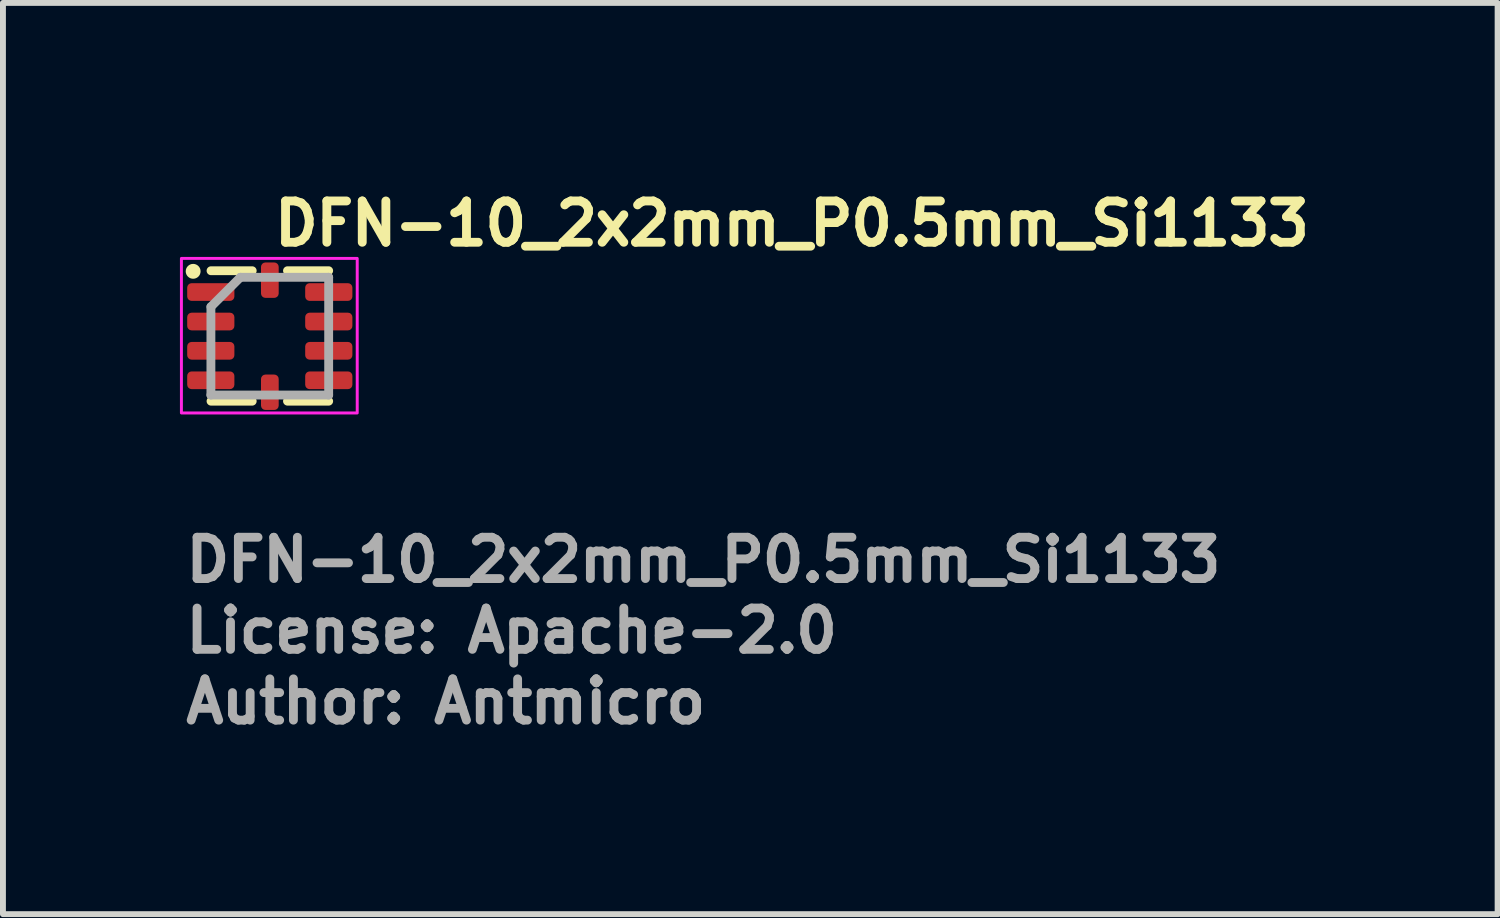
<source format=kicad_pcb>
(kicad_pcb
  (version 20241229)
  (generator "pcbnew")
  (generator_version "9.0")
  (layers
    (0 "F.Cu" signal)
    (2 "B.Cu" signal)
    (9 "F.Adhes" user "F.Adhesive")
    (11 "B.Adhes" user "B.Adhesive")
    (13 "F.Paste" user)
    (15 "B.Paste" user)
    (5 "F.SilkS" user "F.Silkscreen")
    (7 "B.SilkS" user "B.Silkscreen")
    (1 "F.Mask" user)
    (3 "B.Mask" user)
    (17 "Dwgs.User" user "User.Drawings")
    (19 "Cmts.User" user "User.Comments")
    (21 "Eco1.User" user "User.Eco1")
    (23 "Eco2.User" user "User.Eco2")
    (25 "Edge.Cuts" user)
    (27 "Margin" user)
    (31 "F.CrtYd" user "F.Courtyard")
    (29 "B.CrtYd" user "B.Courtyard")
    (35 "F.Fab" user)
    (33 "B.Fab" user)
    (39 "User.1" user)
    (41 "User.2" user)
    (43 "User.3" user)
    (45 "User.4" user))
  (footprint "DFN-10_2x2mm_P0.5mm_Si1133"
    (layer "F.Cu")
    (at 1.525 2.65)
    (property "Reference" "DFN-10_2x2mm_P0.5mm_Si1133" (at 0 -1.5 0) (layer "F.SilkS") (effects (font (size 0.7 0.7) (thickness 0.15)) (justify left bottom)))
    (attr smd)
    (fp_line (start -0.3 -1.111) (end -0.998 -1.111) (stroke (width 0.15) (type solid)) (layer "F.SilkS"))
    (fp_line (start -0.3 1.1) (end -0.998 1.1) (stroke (width 0.15) (type solid)) (layer "F.SilkS"))
    (fp_line (start 0.298 -1.111) (end 0.996 -1.111) (stroke (width 0.15) (type solid)) (layer "F.SilkS"))
    (fp_line (start 0.298 1.1) (end 0.996 1.1) (stroke (width 0.15) (type solid)) (layer "F.SilkS"))
    (fp_circle (center -1.301 -1.101) (end -1.25 -1.101) (stroke (width 0.15) (type solid)) (fill yes) (layer "F.SilkS"))
    (fp_rect (start -1.5 -1.32) (end 1.48 1.3) (stroke (width 0.05) (type solid)) (fill no) (layer "F.CrtYd"))
    (fp_line (start -1 -0.5) (end -0.5 -1) (stroke (width 0.15) (type solid)) (layer "F.Fab"))
    (fp_line (start -1 0.996) (end -1 -0.5) (stroke (width 0.15) (type solid)) (layer "F.Fab"))
    (fp_line (start -0.5 -1) (end 0.996 -1) (stroke (width 0.15) (type solid)) (layer "F.Fab"))
    (fp_line (start 0.996 -1) (end 0.996 0.996) (stroke (width 0.15) (type solid)) (layer "F.Fab"))
    (fp_line (start 0.996 0.996) (end -1 0.996) (stroke (width 0.15) (type solid)) (layer "F.Fab"))
    (fp_rect (start -1.051 -1.051) (end 1.05 1.05) (stroke (width 0.1) (type solid)) (fill no) (layer "User.5"))
    (fp_line (start -1.051 -0.875) (end -1 -0.875) (stroke (width 0.02) (type solid)) (layer "User.9"))
    (fp_line (start -1.051 -0.625) (end -1.051 -0.875) (stroke (width 0.02) (type solid)) (layer "User.9"))
    (fp_line (start -1.051 -0.625) (end -1 -0.625) (stroke (width 0.02) (type solid)) (layer "User.9"))
    (fp_line (start -1.051 -0.375) (end -1 -0.375) (stroke (width 0.02) (type solid)) (layer "User.9"))
    (fp_line (start -1.051 -0.125) (end -1.051 -0.375) (stroke (width 0.02) (type solid)) (layer "User.9"))
    (fp_line (start -1.051 -0.125) (end -1 -0.125) (stroke (width 0.02) (type solid)) (layer "User.9"))
    (fp_line (start -1.051 0.123) (end -1 0.123) (stroke (width 0.02) (type solid)) (layer "User.9"))
    (fp_line (start -1.051 0.373) (end -1.051 0.123) (stroke (width 0.02) (type solid)) (layer "User.9"))
    (fp_line (start -1.051 0.373) (end -1 0.373) (stroke (width 0.02) (type solid)) (layer "User.9"))
    (fp_line (start -1.051 0.623) (end -1 0.623) (stroke (width 0.02) (type solid)) (layer "User.9"))
    (fp_line (start -1.051 0.873) (end -1.051 0.623) (stroke (width 0.02) (type solid)) (layer "User.9"))
    (fp_line (start -1.051 0.873) (end -1 0.873) (stroke (width 0.02) (type solid)) (layer "User.9"))
    (fp_line (start -1 -1) (end 0.998 -1) (stroke (width 0.02) (type solid)) (layer "User.9"))
    (fp_line (start -1 0.998) (end -1 -1) (stroke (width 0.02) (type solid)) (layer "User.9"))
    (fp_line (start -1 0.998) (end 0.998 0.998) (stroke (width 0.02) (type solid)) (layer "User.9"))
    (fp_line (start -0.875 -0.763) (end -0.875 -0.757) (stroke (width 0.02) (type solid)) (layer "User.9"))
    (fp_line (start -0.875 -0.757) (end -0.875 -0.75) (stroke (width 0.02) (type solid)) (layer "User.9"))
    (fp_line (start -0.875 -0.75) (end -0.875 -0.75) (stroke (width 0.02) (type solid)) (layer "User.9"))
    (fp_line (start -0.875 -0.75) (end -0.875 -0.744) (stroke (width 0.02) (type solid)) (layer "User.9"))
    (fp_line (start -0.875 -0.744) (end -0.875 -0.738) (stroke (width 0.02) (type solid)) (layer "User.9"))
    (fp_line (start -0.875 -0.738) (end -0.874 -0.731) (stroke (width 0.02) (type solid)) (layer "User.9"))
    (fp_line (start -0.874 -0.771) (end -0.875 -0.763) (stroke (width 0.02) (type solid)) (layer "User.9"))
    (fp_line (start -0.874 -0.731) (end -0.873 -0.725) (stroke (width 0.02) (type solid)) (layer "User.9"))
    (fp_line (start -0.873 -0.777) (end -0.874 -0.771) (stroke (width 0.02) (type solid)) (layer "User.9"))
    (fp_line (start -0.873 -0.725) (end -0.872 -0.719) (stroke (width 0.02) (type solid)) (layer "User.9"))
    (fp_line (start -0.872 -0.783) (end -0.873 -0.777) (stroke (width 0.02) (type solid)) (layer "User.9"))
    (fp_line (start -0.872 -0.719) (end -0.87 -0.713) (stroke (width 0.02) (type solid)) (layer "User.9"))
    (fp_line (start -0.87 -0.789) (end -0.872 -0.783) (stroke (width 0.02) (type solid)) (layer "User.9"))
    (fp_line (start -0.87 -0.713) (end -0.868 -0.708) (stroke (width 0.02) (type solid)) (layer "User.9"))
    (fp_line (start -0.868 -0.794) (end -0.87 -0.789) (stroke (width 0.02) (type solid)) (layer "User.9"))
    (fp_line (start -0.868 -0.708) (end -0.866 -0.703) (stroke (width 0.02) (type solid)) (layer "User.9"))
    (fp_line (start -0.866 -0.8) (end -0.868 -0.794) (stroke (width 0.02) (type solid)) (layer "User.9"))
    (fp_line (start -0.866 -0.703) (end -0.863 -0.697) (stroke (width 0.02) (type solid)) (layer "User.9"))
    (fp_line (start -0.863 -0.806) (end -0.866 -0.8) (stroke (width 0.02) (type solid)) (layer "User.9"))
    (fp_line (start -0.863 -0.697) (end -0.86 -0.692) (stroke (width 0.02) (type solid)) (layer "User.9"))
    (fp_line (start -0.86 -0.811) (end -0.863 -0.806) (stroke (width 0.02) (type solid)) (layer "User.9"))
    (fp_line (start -0.86 -0.692) (end -0.857 -0.687) (stroke (width 0.02) (type solid)) (layer "User.9"))
    (fp_line (start -0.857 -0.816) (end -0.86 -0.811) (stroke (width 0.02) (type solid)) (layer "User.9"))
    (fp_line (start -0.857 -0.687) (end -0.854 -0.682) (stroke (width 0.02) (type solid)) (layer "User.9"))
    (fp_line (start -0.854 -0.821) (end -0.857 -0.816) (stroke (width 0.02) (type solid)) (layer "User.9"))
    (fp_line (start -0.854 -0.682) (end -0.851 -0.677) (stroke (width 0.02) (type solid)) (layer "User.9"))
    (fp_line (start -0.851 -0.826) (end -0.854 -0.821) (stroke (width 0.02) (type solid)) (layer "User.9"))
    (fp_line (start -0.851 -0.677) (end -0.847 -0.672) (stroke (width 0.02) (type solid)) (layer "User.9"))
    (fp_line (start -0.847 -0.831) (end -0.851 -0.826) (stroke (width 0.02) (type solid)) (layer "User.9"))
    (fp_line (start -0.847 -0.672) (end -0.843 -0.667) (stroke (width 0.02) (type solid)) (layer "User.9"))
    (fp_line (start -0.843 -0.835) (end -0.847 -0.831) (stroke (width 0.02) (type solid)) (layer "User.9"))
    (fp_line (start -0.843 -0.667) (end -0.839 -0.663) (stroke (width 0.02) (type solid)) (layer "User.9"))
    (fp_line (start -0.839 -0.839) (end -0.843 -0.835) (stroke (width 0.02) (type solid)) (layer "User.9"))
    (fp_line (start -0.839 -0.663) (end -0.835 -0.659) (stroke (width 0.02) (type solid)) (layer "User.9"))
    (fp_line (start -0.835 -0.843) (end -0.839 -0.839) (stroke (width 0.02) (type solid)) (layer "User.9"))
    (fp_line (start -0.835 -0.659) (end -0.831 -0.655) (stroke (width 0.02) (type solid)) (layer "User.9"))
    (fp_line (start -0.831 -0.847) (end -0.835 -0.843) (stroke (width 0.02) (type solid)) (layer "User.9"))
    (fp_line (start -0.831 -0.655) (end -0.826 -0.651) (stroke (width 0.02) (type solid)) (layer "User.9"))
    (fp_line (start -0.826 -0.851) (end -0.831 -0.847) (stroke (width 0.02) (type solid)) (layer "User.9"))
    (fp_line (start -0.826 -0.651) (end -0.821 -0.648) (stroke (width 0.02) (type solid)) (layer "User.9"))
    (fp_line (start -0.821 -0.854) (end -0.826 -0.851) (stroke (width 0.02) (type solid)) (layer "User.9"))
    (fp_line (start -0.821 -0.648) (end -0.816 -0.645) (stroke (width 0.02) (type solid)) (layer "User.9"))
    (fp_line (start -0.816 -0.857) (end -0.821 -0.854) (stroke (width 0.02) (type solid)) (layer "User.9"))
    (fp_line (start -0.816 -0.645) (end -0.811 -0.642) (stroke (width 0.02) (type solid)) (layer "User.9"))
    (fp_line (start -0.811 -0.86) (end -0.816 -0.857) (stroke (width 0.02) (type solid)) (layer "User.9"))
    (fp_line (start -0.811 -0.642) (end -0.806 -0.638) (stroke (width 0.02) (type solid)) (layer "User.9"))
    (fp_line (start -0.806 -0.863) (end -0.811 -0.86) (stroke (width 0.02) (type solid)) (layer "User.9"))
    (fp_line (start -0.806 -0.638) (end -0.8 -0.635) (stroke (width 0.02) (type solid)) (layer "User.9"))
    (fp_line (start -0.8 -0.866) (end -0.806 -0.863) (stroke (width 0.02) (type solid)) (layer "User.9"))
    (fp_line (start -0.8 -0.635) (end -0.794 -0.633) (stroke (width 0.02) (type solid)) (layer "User.9"))
    (fp_line (start -0.794 -0.868) (end -0.8 -0.866) (stroke (width 0.02) (type solid)) (layer "User.9"))
    (fp_line (start -0.794 -0.633) (end -0.789 -0.631) (stroke (width 0.02) (type solid)) (layer "User.9"))
    (fp_line (start -0.789 -0.87) (end -0.794 -0.868) (stroke (width 0.02) (type solid)) (layer "User.9"))
    (fp_line (start -0.789 -0.631) (end -0.783 -0.629) (stroke (width 0.02) (type solid)) (layer "User.9"))
    (fp_line (start -0.783 -0.872) (end -0.789 -0.87) (stroke (width 0.02) (type solid)) (layer "User.9"))
    (fp_line (start -0.783 -0.629) (end -0.777 -0.628) (stroke (width 0.02) (type solid)) (layer "User.9"))
    (fp_line (start -0.777 -0.873) (end -0.783 -0.872) (stroke (width 0.02) (type solid)) (layer "User.9"))
    (fp_line (start -0.777 -0.628) (end -0.771 -0.627) (stroke (width 0.02) (type solid)) (layer "User.9"))
    (fp_line (start -0.771 -0.874) (end -0.777 -0.873) (stroke (width 0.02) (type solid)) (layer "User.9"))
    (fp_line (start -0.771 -0.627) (end -0.763 -0.626) (stroke (width 0.02) (type solid)) (layer "User.9"))
    (fp_line (start -0.763 -0.875) (end -0.771 -0.874) (stroke (width 0.02) (type solid)) (layer "User.9"))
    (fp_line (start -0.763 -0.626) (end -0.757 -0.626) (stroke (width 0.02) (type solid)) (layer "User.9"))
    (fp_line (start -0.757 -0.875) (end -0.763 -0.875) (stroke (width 0.02) (type solid)) (layer "User.9"))
    (fp_line (start -0.757 -0.626) (end -0.75 -0.625) (stroke (width 0.02) (type solid)) (layer "User.9"))
    (fp_line (start -0.75 -0.875) (end -0.757 -0.875) (stroke (width 0.02) (type solid)) (layer "User.9"))
    (fp_line (start -0.75 -0.875) (end -0.75 -0.875) (stroke (width 0.02) (type solid)) (layer "User.9"))
    (fp_line (start -0.75 -0.625) (end -0.75 -0.625) (stroke (width 0.02) (type solid)) (layer "User.9"))
    (fp_line (start -0.75 -0.625) (end -0.744 -0.626) (stroke (width 0.02) (type solid)) (layer "User.9"))
    (fp_line (start -0.744 -0.875) (end -0.75 -0.875) (stroke (width 0.02) (type solid)) (layer "User.9"))
    (fp_line (start -0.744 -0.626) (end -0.738 -0.626) (stroke (width 0.02) (type solid)) (layer "User.9"))
    (fp_line (start -0.738 -0.875) (end -0.744 -0.875) (stroke (width 0.02) (type solid)) (layer "User.9"))
    (fp_line (start -0.738 -0.626) (end -0.731 -0.627) (stroke (width 0.02) (type solid)) (layer "User.9"))
    (fp_line (start -0.731 -0.874) (end -0.738 -0.875) (stroke (width 0.02) (type solid)) (layer "User.9"))
    (fp_line (start -0.731 -0.627) (end -0.725 -0.628) (stroke (width 0.02) (type solid)) (layer "User.9"))
    (fp_line (start -0.725 -0.873) (end -0.731 -0.874) (stroke (width 0.02) (type solid)) (layer "User.9"))
    (fp_line (start -0.725 -0.628) (end -0.719 -0.629) (stroke (width 0.02) (type solid)) (layer "User.9"))
    (fp_line (start -0.719 -0.872) (end -0.725 -0.873) (stroke (width 0.02) (type solid)) (layer "User.9"))
    (fp_line (start -0.719 -0.629) (end -0.713 -0.631) (stroke (width 0.02) (type solid)) (layer "User.9"))
    (fp_line (start -0.713 -0.87) (end -0.719 -0.872) (stroke (width 0.02) (type solid)) (layer "User.9"))
    (fp_line (start -0.713 -0.631) (end -0.708 -0.633) (stroke (width 0.02) (type solid)) (layer "User.9"))
    (fp_line (start -0.708 -0.868) (end -0.713 -0.87) (stroke (width 0.02) (type solid)) (layer "User.9"))
    (fp_line (start -0.708 -0.633) (end -0.703 -0.635) (stroke (width 0.02) (type solid)) (layer "User.9"))
    (fp_line (start -0.703 -0.866) (end -0.708 -0.868) (stroke (width 0.02) (type solid)) (layer "User.9"))
    (fp_line (start -0.703 -0.635) (end -0.697 -0.638) (stroke (width 0.02) (type solid)) (layer "User.9"))
    (fp_line (start -0.697 -0.863) (end -0.703 -0.866) (stroke (width 0.02) (type solid)) (layer "User.9"))
    (fp_line (start -0.697 -0.638) (end -0.692 -0.642) (stroke (width 0.02) (type solid)) (layer "User.9"))
    (fp_line (start -0.692 -0.86) (end -0.697 -0.863) (stroke (width 0.02) (type solid)) (layer "User.9"))
    (fp_line (start -0.692 -0.642) (end -0.687 -0.645) (stroke (width 0.02) (type solid)) (layer "User.9"))
    (fp_line (start -0.687 -0.857) (end -0.692 -0.86) (stroke (width 0.02) (type solid)) (layer "User.9"))
    (fp_line (start -0.687 -0.645) (end -0.682 -0.648) (stroke (width 0.02) (type solid)) (layer "User.9"))
    (fp_line (start -0.682 -0.854) (end -0.687 -0.857) (stroke (width 0.02) (type solid)) (layer "User.9"))
    (fp_line (start -0.682 -0.648) (end -0.677 -0.651) (stroke (width 0.02) (type solid)) (layer "User.9"))
    (fp_line (start -0.677 -0.851) (end -0.682 -0.854) (stroke (width 0.02) (type solid)) (layer "User.9"))
    (fp_line (start -0.677 -0.651) (end -0.672 -0.655) (stroke (width 0.02) (type solid)) (layer "User.9"))
    (fp_line (start -0.672 -0.847) (end -0.677 -0.851) (stroke (width 0.02) (type solid)) (layer "User.9"))
    (fp_line (start -0.672 -0.655) (end -0.667 -0.659) (stroke (width 0.02) (type solid)) (layer "User.9"))
    (fp_line (start -0.667 -0.843) (end -0.672 -0.847) (stroke (width 0.02) (type solid)) (layer "User.9"))
    (fp_line (start -0.667 -0.659) (end -0.663 -0.663) (stroke (width 0.02) (type solid)) (layer "User.9"))
    (fp_line (start -0.663 -0.839) (end -0.667 -0.843) (stroke (width 0.02) (type solid)) (layer "User.9"))
    (fp_line (start -0.663 -0.663) (end -0.659 -0.667) (stroke (width 0.02) (type solid)) (layer "User.9"))
    (fp_line (start -0.659 -0.835) (end -0.663 -0.839) (stroke (width 0.02) (type solid)) (layer "User.9"))
    (fp_line (start -0.659 -0.667) (end -0.655 -0.672) (stroke (width 0.02) (type solid)) (layer "User.9"))
    (fp_line (start -0.655 -0.831) (end -0.659 -0.835) (stroke (width 0.02) (type solid)) (layer "User.9"))
    (fp_line (start -0.655 -0.672) (end -0.651 -0.677) (stroke (width 0.02) (type solid)) (layer "User.9"))
    (fp_line (start -0.651 -0.826) (end -0.655 -0.831) (stroke (width 0.02) (type solid)) (layer "User.9"))
    (fp_line (start -0.651 -0.677) (end -0.648 -0.682) (stroke (width 0.02) (type solid)) (layer "User.9"))
    (fp_line (start -0.648 -0.821) (end -0.651 -0.826) (stroke (width 0.02) (type solid)) (layer "User.9"))
    (fp_line (start -0.648 -0.682) (end -0.645 -0.687) (stroke (width 0.02) (type solid)) (layer "User.9"))
    (fp_line (start -0.645 -0.816) (end -0.648 -0.821) (stroke (width 0.02) (type solid)) (layer "User.9"))
    (fp_line (start -0.645 -0.687) (end -0.642 -0.692) (stroke (width 0.02) (type solid)) (layer "User.9"))
    (fp_line (start -0.642 -0.811) (end -0.645 -0.816) (stroke (width 0.02) (type solid)) (layer "User.9"))
    (fp_line (start -0.642 -0.692) (end -0.638 -0.697) (stroke (width 0.02) (type solid)) (layer "User.9"))
    (fp_line (start -0.638 -0.806) (end -0.642 -0.811) (stroke (width 0.02) (type solid)) (layer "User.9"))
    (fp_line (start -0.638 -0.697) (end -0.635 -0.703) (stroke (width 0.02) (type solid)) (layer "User.9"))
    (fp_line (start -0.635 -0.8) (end -0.638 -0.806) (stroke (width 0.02) (type solid)) (layer "User.9"))
    (fp_line (start -0.635 -0.703) (end -0.633 -0.708) (stroke (width 0.02) (type solid)) (layer "User.9"))
    (fp_line (start -0.633 -0.794) (end -0.635 -0.8) (stroke (width 0.02) (type solid)) (layer "User.9"))
    (fp_line (start -0.633 -0.708) (end -0.631 -0.713) (stroke (width 0.02) (type solid)) (layer "User.9"))
    (fp_line (start -0.631 -0.789) (end -0.633 -0.794) (stroke (width 0.02) (type solid)) (layer "User.9"))
    (fp_line (start -0.631 -0.713) (end -0.629 -0.719) (stroke (width 0.02) (type solid)) (layer "User.9"))
    (fp_line (start -0.629 -0.783) (end -0.631 -0.789) (stroke (width 0.02) (type solid)) (layer "User.9"))
    (fp_line (start -0.629 -0.719) (end -0.628 -0.725) (stroke (width 0.02) (type solid)) (layer "User.9"))
    (fp_line (start -0.628 -0.777) (end -0.629 -0.783) (stroke (width 0.02) (type solid)) (layer "User.9"))
    (fp_line (start -0.628 -0.725) (end -0.627 -0.731) (stroke (width 0.02) (type solid)) (layer "User.9"))
    (fp_line (start -0.627 -0.771) (end -0.628 -0.777) (stroke (width 0.02) (type solid)) (layer "User.9"))
    (fp_line (start -0.627 -0.731) (end -0.626 -0.738) (stroke (width 0.02) (type solid)) (layer "User.9"))
    (fp_line (start -0.626 -0.763) (end -0.627 -0.771) (stroke (width 0.02) (type solid)) (layer "User.9"))
    (fp_line (start -0.626 -0.757) (end -0.626 -0.763) (stroke (width 0.02) (type solid)) (layer "User.9"))
    (fp_line (start -0.626 -0.744) (end -0.625 -0.75) (stroke (width 0.02) (type solid)) (layer "User.9"))
    (fp_line (start -0.626 -0.738) (end -0.626 -0.744) (stroke (width 0.02) (type solid)) (layer "User.9"))
    (fp_line (start -0.625 -0.75) (end -0.626 -0.757) (stroke (width 0.02) (type solid)) (layer "User.9"))
    (fp_line (start -0.625 -0.75) (end -0.625 -0.75) (stroke (width 0.02) (type solid)) (layer "User.9"))
    (fp_line (start -0.625 -0.75) (end -0.625 -0.75) (stroke (width 0.02) (type solid)) (layer "User.9"))
    (fp_line (start -0.125 -1.051) (end 0.123 -1.051) (stroke (width 0.02) (type solid)) (layer "User.9"))
    (fp_line (start -0.125 -1) (end -0.125 -1.051) (stroke (width 0.02) (type solid)) (layer "User.9"))
    (fp_line (start -0.125 1.05) (end -0.125 0.998) (stroke (width 0.02) (type solid)) (layer "User.9"))
    (fp_line (start -0.125 1.05) (end 0.123 1.05) (stroke (width 0.02) (type solid)) (layer "User.9"))
    (fp_line (start 0.123 -1) (end 0.123 -1.051) (stroke (width 0.02) (type solid)) (layer "User.9"))
    (fp_line (start 0.123 1.05) (end 0.123 0.998) (stroke (width 0.02) (type solid)) (layer "User.9"))
    (fp_line (start 0.998 -0.875) (end 1.05 -0.875) (stroke (width 0.02) (type solid)) (layer "User.9"))
    (fp_line (start 0.998 -0.625) (end 1.05 -0.625) (stroke (width 0.02) (type solid)) (layer "User.9"))
    (fp_line (start 0.998 -0.375) (end 1.05 -0.375) (stroke (width 0.02) (type solid)) (layer "User.9"))
    (fp_line (start 0.998 -0.125) (end 1.05 -0.125) (stroke (width 0.02) (type solid)) (layer "User.9"))
    (fp_line (start 0.998 0.123) (end 1.05 0.123) (stroke (width 0.02) (type solid)) (layer "User.9"))
    (fp_line (start 0.998 0.373) (end 1.05 0.373) (stroke (width 0.02) (type solid)) (layer "User.9"))
    (fp_line (start 0.998 0.623) (end 1.05 0.623) (stroke (width 0.02) (type solid)) (layer "User.9"))
    (fp_line (start 0.998 0.873) (end 1.05 0.873) (stroke (width 0.02) (type solid)) (layer "User.9"))
    (fp_line (start 0.998 0.998) (end 0.998 -1) (stroke (width 0.02) (type solid)) (layer "User.9"))
    (fp_line (start 1.05 -0.625) (end 1.05 -0.875) (stroke (width 0.02) (type solid)) (layer "User.9"))
    (fp_line (start 1.05 -0.125) (end 1.05 -0.375) (stroke (width 0.02) (type solid)) (layer "User.9"))
    (fp_line (start 1.05 0.373) (end 1.05 0.123) (stroke (width 0.02) (type solid)) (layer "User.9"))
    (fp_line (start 1.05 0.873) (end 1.05 0.623) (stroke (width 0.02) (type solid)) (layer "User.9"))
    (fp_text user "License: Apache-2.0" (at -1.5 5.4 0) (layer "F.Fab") (effects (font (size 0.7 0.7) (thickness 0.15)) (justify left bottom)))
    (fp_text user "Author: Antmicro" (at -1.5 6.6 0) (layer "F.Fab") (effects (font (size 0.7 0.7) (thickness 0.15)) (justify left bottom)))
    (fp_text user "${REFERENCE}" (at -1.5 4.2 0) (layer "F.Fab") (effects (font (size 0.7 0.7) (thickness 0.15)) (justify left bottom)))
    (pad "1" smd roundrect (at -1.002 -0.75) (size 0.8 0.3) (layers "F.Cu" "F.Mask" "F.Paste") (roundrect_rratio 0.25))
    (pad "2" smd roundrect (at -1.002 -0.25) (size 0.8 0.3) (layers "F.Cu" "F.Mask" "F.Paste") (roundrect_rratio 0.25))
    (pad "3" smd roundrect (at -1.002 0.246) (size 0.8 0.3) (layers "F.Cu" "F.Mask" "F.Paste") (roundrect_rratio 0.25))
    (pad "4" smd roundrect (at -1.002 0.746) (size 0.8 0.3) (layers "F.Cu" "F.Mask" "F.Paste") (roundrect_rratio 0.25))
    (pad "5" smd roundrect (at -0.001 0.949 90) (size 0.6 0.3) (layers "F.Cu" "F.Mask" "F.Paste") (roundrect_rratio 0.25))
    (pad "6" smd roundrect (at 0.998 0.746) (size 0.8 0.3) (layers "F.Cu" "F.Mask" "F.Paste") (roundrect_rratio 0.25))
    (pad "7" smd roundrect (at 0.998 0.246) (size 0.8 0.3) (layers "F.Cu" "F.Mask" "F.Paste") (roundrect_rratio 0.25))
    (pad "8" smd roundrect (at 0.998 -0.25) (size 0.8 0.3) (layers "F.Cu" "F.Mask" "F.Paste") (roundrect_rratio 0.25))
    (pad "9" smd roundrect (at 0.998 -0.75) (size 0.8 0.3) (layers "F.Cu" "F.Mask" "F.Paste") (roundrect_rratio 0.25))
    (pad "10" smd roundrect (at -0.001 -0.951 90) (size 0.6 0.3) (layers "F.Cu" "F.Mask" "F.Paste") (roundrect_rratio 0.25)))
  (gr_rect
    (start -3 -3)
    (end 22.335 12.445)
    (stroke (width 0.1) (type default))
    (fill no)
    (layer "Edge.Cuts")))
</source>
